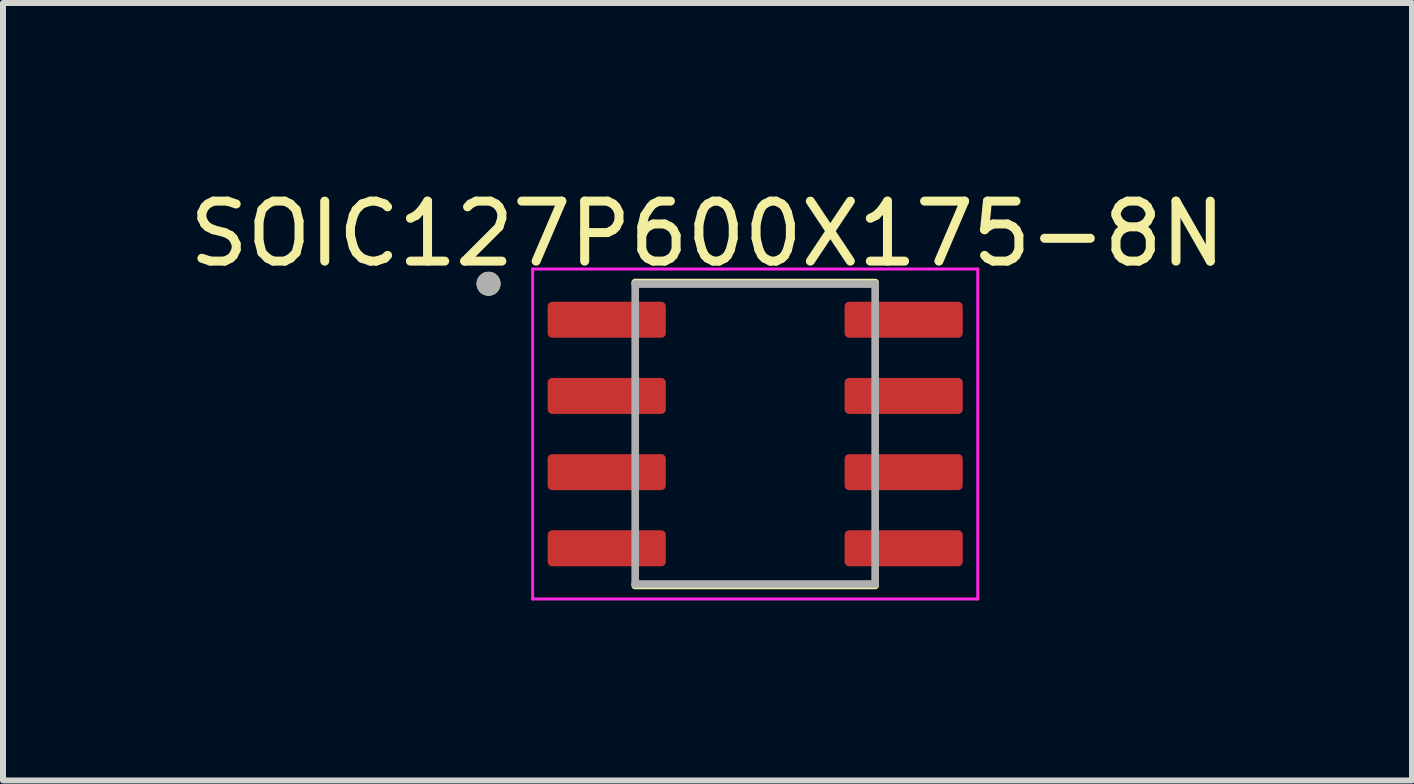
<source format=kicad_pcb>
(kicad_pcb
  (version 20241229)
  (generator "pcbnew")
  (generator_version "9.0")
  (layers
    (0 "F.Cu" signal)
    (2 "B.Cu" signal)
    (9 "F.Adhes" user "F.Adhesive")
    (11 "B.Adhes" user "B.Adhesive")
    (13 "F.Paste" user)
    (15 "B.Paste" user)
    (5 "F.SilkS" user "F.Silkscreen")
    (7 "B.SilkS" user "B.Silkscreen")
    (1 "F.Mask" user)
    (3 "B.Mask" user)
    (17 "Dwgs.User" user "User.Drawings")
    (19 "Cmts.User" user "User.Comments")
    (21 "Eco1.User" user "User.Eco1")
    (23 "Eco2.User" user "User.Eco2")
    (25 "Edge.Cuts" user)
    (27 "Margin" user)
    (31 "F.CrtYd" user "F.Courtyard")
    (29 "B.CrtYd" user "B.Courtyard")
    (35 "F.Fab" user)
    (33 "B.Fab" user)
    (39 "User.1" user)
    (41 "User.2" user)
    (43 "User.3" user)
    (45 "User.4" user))
  (footprint "SOIC127P600X175-8N"
    (layer "F.Cu")
    (at 9.539 4.185)
    (property "Reference" "SOIC127P600X175-8N" (at -0.795 -3.337 0) (layer "F.SilkS") (effects (font (size 1 1) (thickness 0.15))))
    (attr smd)
    (fp_line (start -2 -2.525) (end 2 -2.525) (stroke (width 0.127) (type solid)) (layer "F.SilkS"))
    (fp_line (start -2 2.525) (end 2 2.525) (stroke (width 0.127) (type solid)) (layer "F.SilkS"))
    (fp_circle (center -4.445 -2.505) (end -4.345 -2.505) (stroke (width 0.2) (type solid)) (fill no) (layer "F.SilkS"))
    (fp_line (start -3.71 -2.75) (end -3.71 2.75) (stroke (width 0.05) (type solid)) (layer "F.CrtYd"))
    (fp_line (start -3.71 -2.75) (end 3.71 -2.75) (stroke (width 0.05) (type solid)) (layer "F.CrtYd"))
    (fp_line (start -3.71 2.75) (end 3.71 2.75) (stroke (width 0.05) (type solid)) (layer "F.CrtYd"))
    (fp_line (start 3.71 -2.75) (end 3.71 2.75) (stroke (width 0.05) (type solid)) (layer "F.CrtYd"))
    (fp_line (start -2 -2.5) (end -2 2.5) (stroke (width 0.127) (type solid)) (layer "F.Fab"))
    (fp_line (start -2 -2.5) (end 2 -2.5) (stroke (width 0.127) (type solid)) (layer "F.Fab"))
    (fp_line (start -2 2.5) (end 2 2.5) (stroke (width 0.127) (type solid)) (layer "F.Fab"))
    (fp_line (start 2 -2.5) (end 2 2.5) (stroke (width 0.127) (type solid)) (layer "F.Fab"))
    (fp_circle (center -4.445 -2.505) (end -4.345 -2.505) (stroke (width 0.2) (type solid)) (fill no) (layer "F.Fab"))
    (pad "1" smd roundrect (at -2.475 -1.905) (size 1.97 0.6) (layers "F.Cu" "F.Mask" "F.Paste") (roundrect_rratio 0.125))
    (pad "2" smd roundrect (at -2.475 -0.635) (size 1.97 0.6) (layers "F.Cu" "F.Mask" "F.Paste") (roundrect_rratio 0.125))
    (pad "3" smd roundrect (at -2.475 0.635) (size 1.97 0.6) (layers "F.Cu" "F.Mask" "F.Paste") (roundrect_rratio 0.125))
    (pad "4" smd roundrect (at -2.475 1.905) (size 1.97 0.6) (layers "F.Cu" "F.Mask" "F.Paste") (roundrect_rratio 0.125))
    (pad "5" smd roundrect (at 2.475 1.905) (size 1.97 0.6) (layers "F.Cu" "F.Mask" "F.Paste") (roundrect_rratio 0.125))
    (pad "6" smd roundrect (at 2.475 0.635) (size 1.97 0.6) (layers "F.Cu" "F.Mask" "F.Paste") (roundrect_rratio 0.125))
    (pad "7" smd roundrect (at 2.475 -0.635) (size 1.97 0.6) (layers "F.Cu" "F.Mask" "F.Paste") (roundrect_rratio 0.125))
    (pad "8" smd roundrect (at 2.475 -1.905) (size 1.97 0.6) (layers "F.Cu" "F.Mask" "F.Paste") (roundrect_rratio 0.125)))
  (gr_rect
    (start -3 -3)
    (end 20.488 9.96)
    (stroke (width 0.1) (type default))
    (fill no)
    (layer "Edge.Cuts")))
</source>
